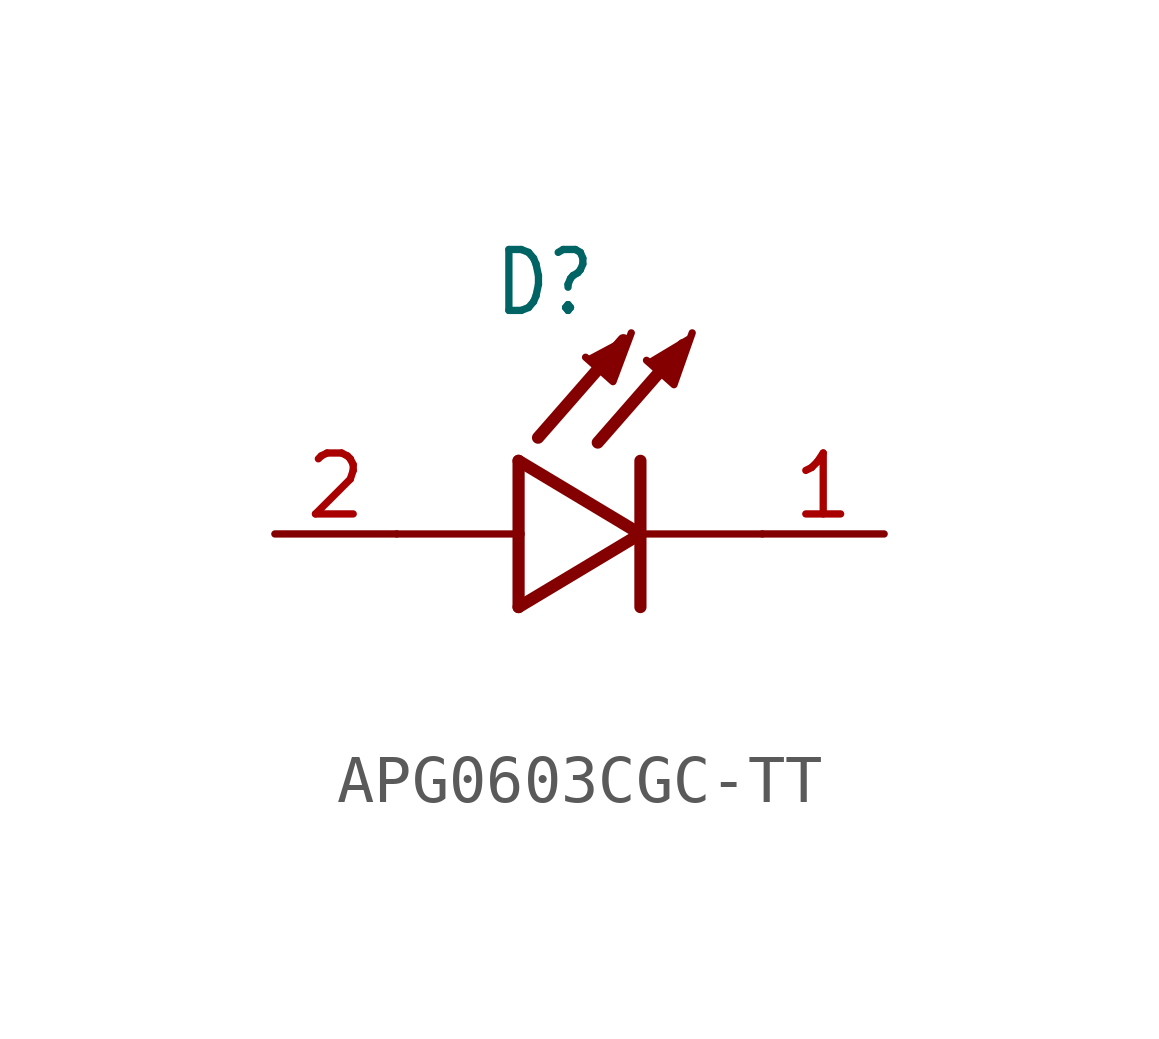
<source format=kicad_sym>
(kicad_symbol_lib
  (version 20231120)
  (generator "kicad_symbol_editor")
  (generator_version "8.0")
  (symbol "APG0603CGC-TT"
    (property "Reference" "D"
      (at -3.099 4.496 0)
      (effects (font (size 1.27 1.079)) (justify left bottom)))
    (property "Value" ""
      (at -3.556 -3.302 0)
      (effects (font (size 1.27 1.079)) (justify left bottom)))
    (property "ki_locked" ""
      (at 0 0 0)
      (effects (font (size 1.27 1.27))))
    (symbol "APG0603CGC-TT_1_0"
      (polyline (pts (xy -2.54 -1.524) (xy 0 0)) (stroke (width 0.254) (type solid)) (fill (type none)))
      (polyline (pts (xy -2.54 0) (xy -5.08 0)) (stroke (width 0.152) (type solid)) (fill (type none)))
      (polyline (pts (xy -2.54 0) (xy -2.54 -1.524)) (stroke (width 0.254) (type solid)) (fill (type none)))
      (polyline (pts (xy -2.54 1.524) (xy -2.54 0)) (stroke (width 0.254) (type solid)) (fill (type none)))
      (polyline (pts (xy -0.356 4.039) (xy -2.134 2.007)) (stroke (width 0.254) (type solid)) (fill (type none)))
      (polyline (pts (xy 0 0) (xy -2.54 1.524)) (stroke (width 0.254) (type solid)) (fill (type none)))
      (polyline (pts (xy 0 0) (xy 0 -1.524)) (stroke (width 0.254) (type solid)) (fill (type none)))
      (polyline (pts (xy 0 1.524) (xy 0 0)) (stroke (width 0.254) (type solid)) (fill (type none)))
      (polyline (pts (xy 0.889 3.937) (xy -0.889 1.905)) (stroke (width 0.254) (type solid)) (fill (type none)))
      (polyline (pts (xy 2.54 0) (xy 0 0)) (stroke (width 0.152) (type solid)) (fill (type none)))
      (polyline (pts (xy 0.127 3.619) (xy 0.699 3.111) (xy 1.079 4.191)) (stroke (width 0.152) (type solid)) (fill (type outline)))
      (polyline (pts (xy -1.143 3.683) (xy -0.572 3.175) (xy -0.191 4.191) (xy -0.191 4.191)) (stroke (width 0.152) (type solid)) (fill (type outline)))
      (pin passive line (at 5.08 0 180) (length 2.54) (name "C" (effects (font (size 0 0)))) (number "1" (effects (font (size 1.27 1.27)))))
      (pin passive line (at -7.62 0 0) (length 2.54) (name "A" (effects (font (size 0 0)))) (number "2" (effects (font (size 1.27 1.27))))))))
</source>
